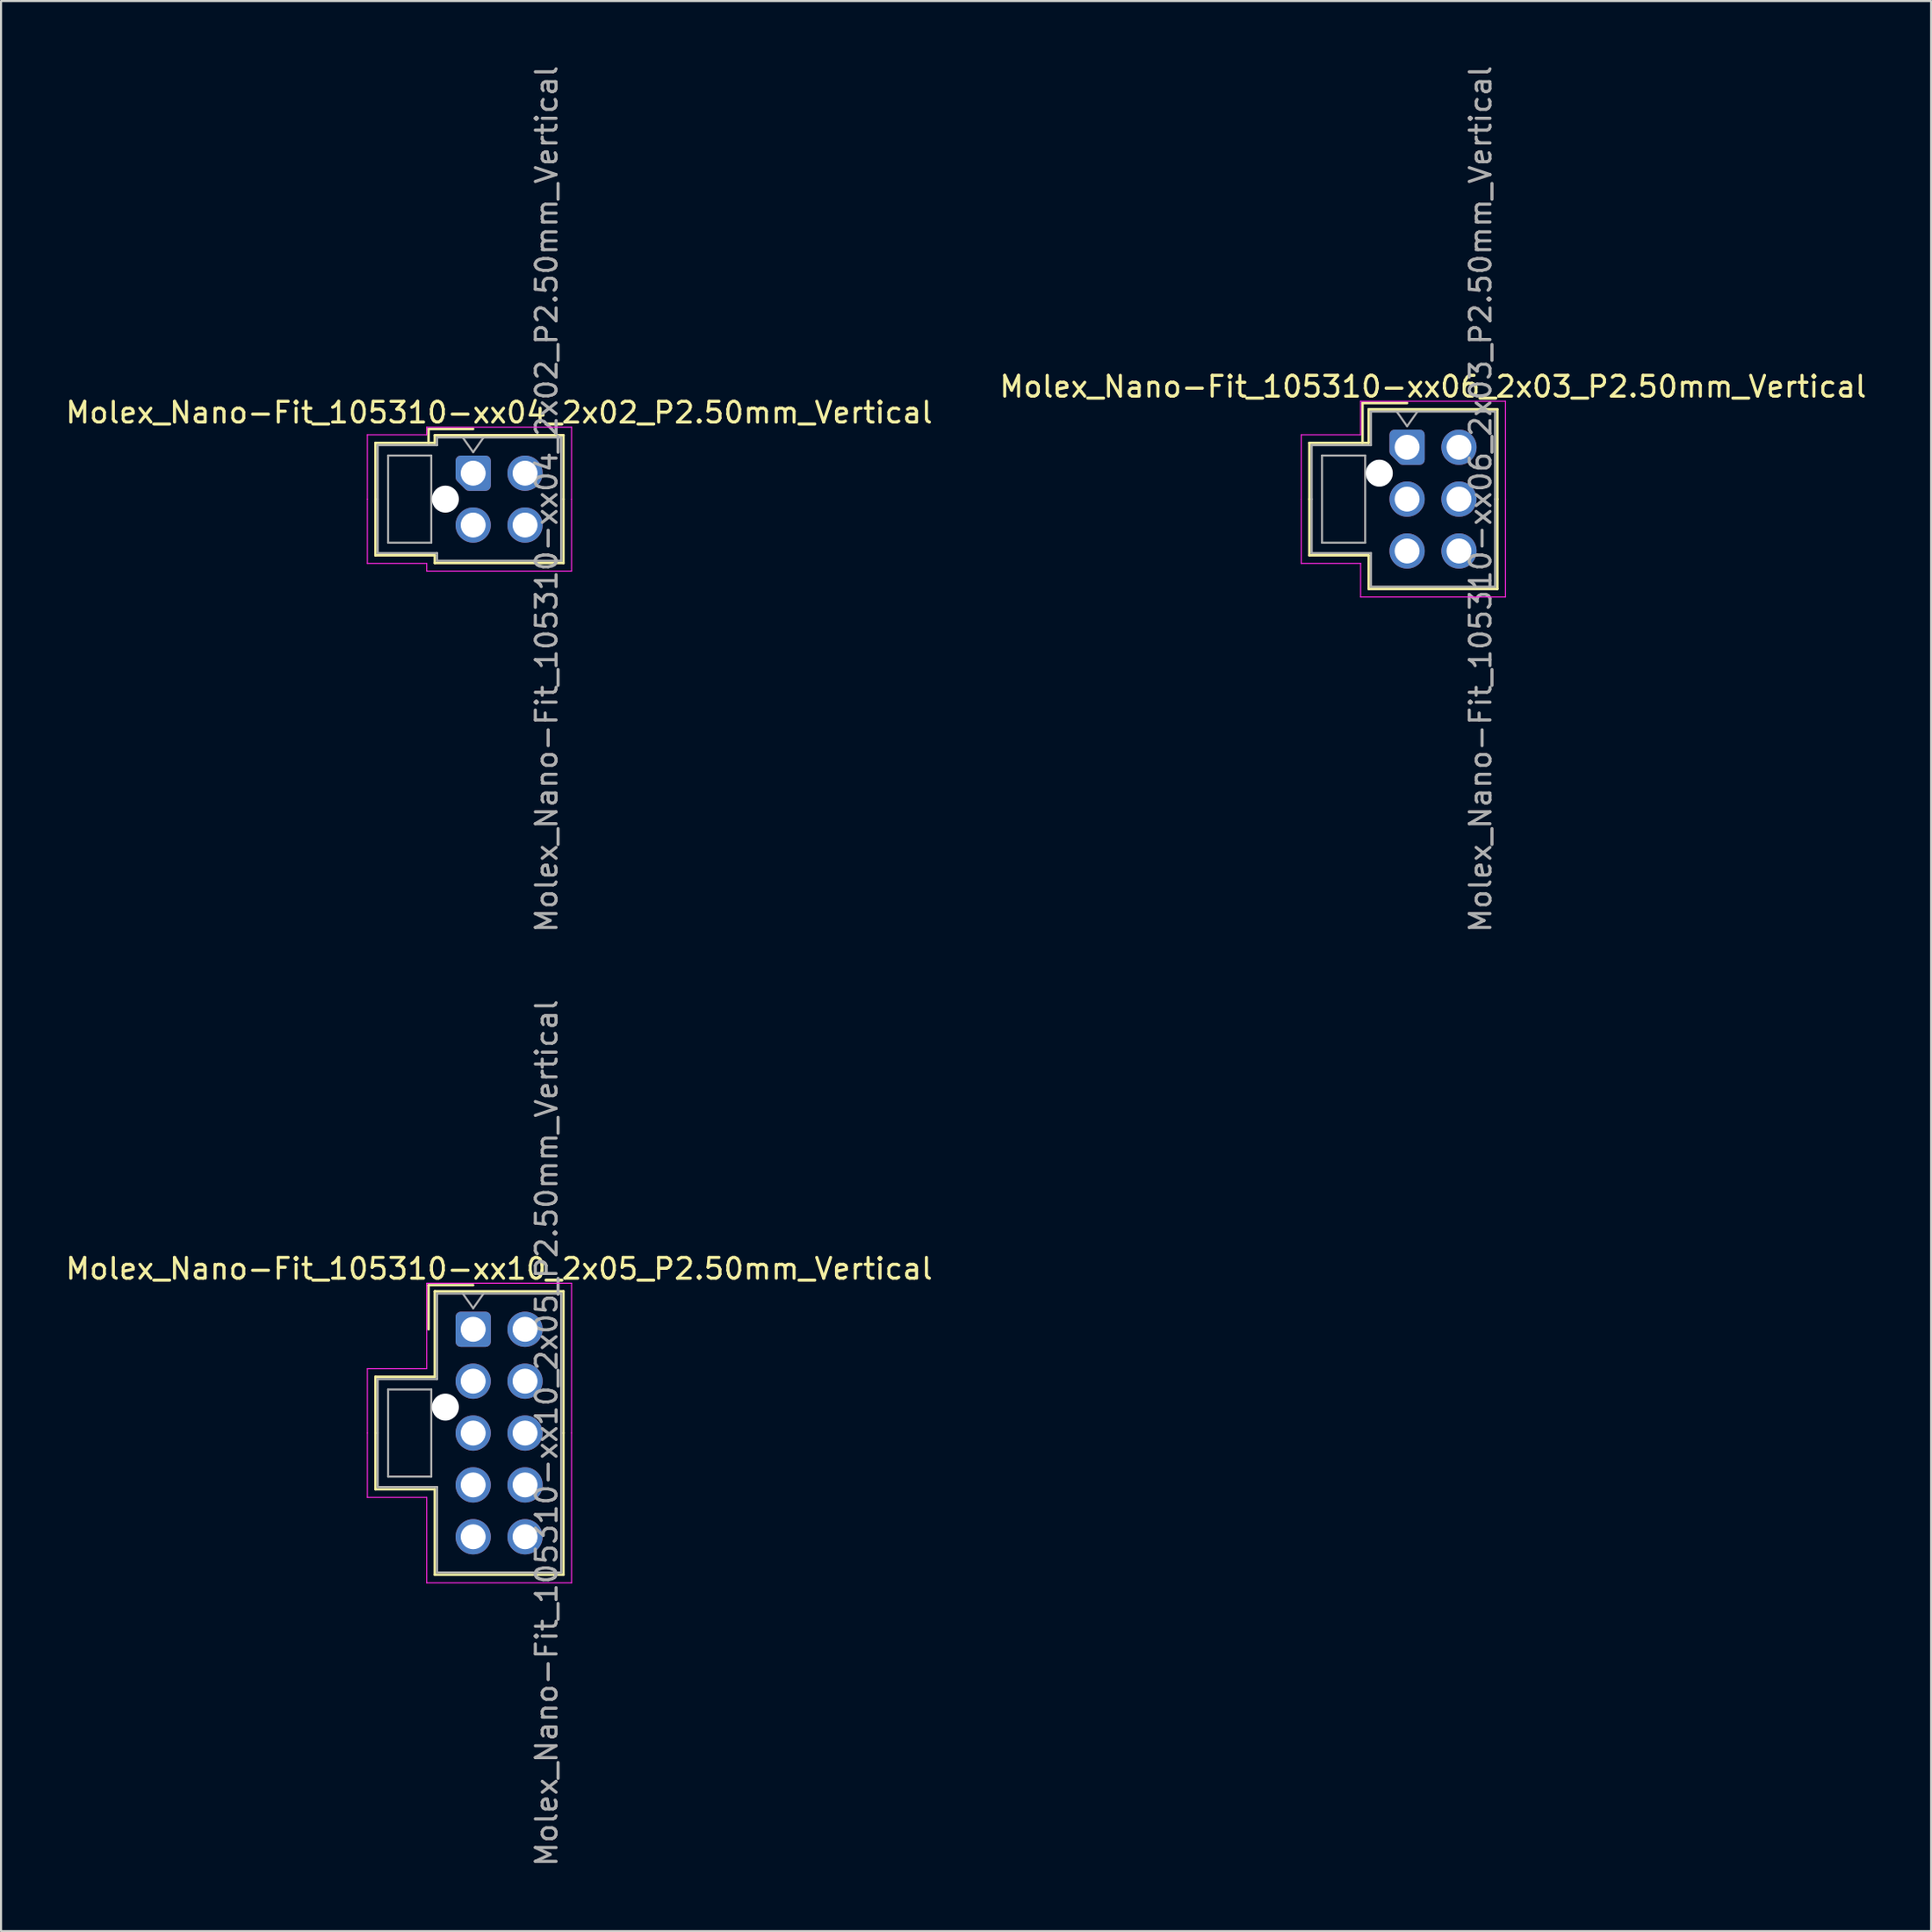
<source format=kicad_pcb>
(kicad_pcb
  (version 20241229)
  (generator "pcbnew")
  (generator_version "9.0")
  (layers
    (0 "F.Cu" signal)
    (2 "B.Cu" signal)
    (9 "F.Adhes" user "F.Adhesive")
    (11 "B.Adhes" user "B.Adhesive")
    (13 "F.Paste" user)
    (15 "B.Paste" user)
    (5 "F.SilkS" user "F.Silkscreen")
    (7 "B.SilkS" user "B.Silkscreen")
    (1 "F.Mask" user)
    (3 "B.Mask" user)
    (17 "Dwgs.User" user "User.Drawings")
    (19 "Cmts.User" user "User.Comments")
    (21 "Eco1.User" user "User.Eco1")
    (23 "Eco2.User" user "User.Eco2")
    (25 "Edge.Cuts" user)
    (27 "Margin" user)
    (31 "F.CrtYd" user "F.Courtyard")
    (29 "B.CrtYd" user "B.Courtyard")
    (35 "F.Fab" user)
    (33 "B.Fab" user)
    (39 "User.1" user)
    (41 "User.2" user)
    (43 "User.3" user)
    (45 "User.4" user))
  (footprint "Molex_Nano-Fit_105310-xx04_2x02_P2.50mm_Vertical"
    (layer "F.Cu")
    (at 19.756 19.756)
    (property "Reference" "Molex_Nano-Fit_105310-xx04_2x02_P2.50mm_Vertical" (at 1.25 -2.92 0) (layer "F.SilkS") (effects (font (size 1 1) (thickness 0.15))))
    (attr through_hole)
    (fp_line (start -4.71 -1.46) (end -4.71 1.25) (stroke (width 0.12) (type solid)) (layer "F.SilkS"))
    (fp_line (start -4.71 3.96) (end -4.71 1.25) (stroke (width 0.12) (type solid)) (layer "F.SilkS"))
    (fp_line (start -2.15 -2.13) (end -2.15 -1.46) (stroke (width 0.12) (type solid)) (layer "F.SilkS"))
    (fp_line (start -1.85 -1.83) (end -1.85 -1.46) (stroke (width 0.12) (type solid)) (layer "F.SilkS"))
    (fp_line (start -1.85 -1.46) (end -4.71 -1.46) (stroke (width 0.12) (type solid)) (layer "F.SilkS"))
    (fp_line (start -1.85 3.96) (end -4.71 3.96) (stroke (width 0.12) (type solid)) (layer "F.SilkS"))
    (fp_line (start -1.85 4.33) (end -1.85 3.96) (stroke (width 0.12) (type solid)) (layer "F.SilkS"))
    (fp_line (start 0 -2.13) (end -2.15 -2.13) (stroke (width 0.12) (type solid)) (layer "F.SilkS"))
    (fp_line (start 4.35 -1.83) (end -1.85 -1.83) (stroke (width 0.12) (type solid)) (layer "F.SilkS"))
    (fp_line (start 4.35 1.25) (end 4.35 -1.83) (stroke (width 0.12) (type solid)) (layer "F.SilkS"))
    (fp_line (start 4.35 1.25) (end 4.35 4.33) (stroke (width 0.12) (type solid)) (layer "F.SilkS"))
    (fp_line (start 4.35 4.33) (end -1.85 4.33) (stroke (width 0.12) (type solid)) (layer "F.SilkS"))
    (fp_line (start -5.1 -1.85) (end -5.1 1.25) (stroke (width 0.05) (type solid)) (layer "F.CrtYd"))
    (fp_line (start -5.1 4.35) (end -5.1 1.25) (stroke (width 0.05) (type solid)) (layer "F.CrtYd"))
    (fp_line (start -2.24 -2.22) (end -2.24 -1.85) (stroke (width 0.05) (type solid)) (layer "F.CrtYd"))
    (fp_line (start -2.24 -1.85) (end -5.1 -1.85) (stroke (width 0.05) (type solid)) (layer "F.CrtYd"))
    (fp_line (start -2.24 4.35) (end -5.1 4.35) (stroke (width 0.05) (type solid)) (layer "F.CrtYd"))
    (fp_line (start -2.24 4.72) (end -2.24 4.35) (stroke (width 0.05) (type solid)) (layer "F.CrtYd"))
    (fp_line (start 4.74 -2.22) (end -2.24 -2.22) (stroke (width 0.05) (type solid)) (layer "F.CrtYd"))
    (fp_line (start 4.74 1.25) (end 4.74 -2.22) (stroke (width 0.05) (type solid)) (layer "F.CrtYd"))
    (fp_line (start 4.74 1.25) (end 4.74 4.72) (stroke (width 0.05) (type solid)) (layer "F.CrtYd"))
    (fp_line (start 4.74 4.72) (end -2.24 4.72) (stroke (width 0.05) (type solid)) (layer "F.CrtYd"))
    (fp_line (start -4.6 -1.35) (end -4.6 1.25) (stroke (width 0.1) (type solid)) (layer "F.Fab"))
    (fp_line (start -4.6 3.85) (end -4.6 1.25) (stroke (width 0.1) (type solid)) (layer "F.Fab"))
    (fp_line (start -4.1 -0.85) (end -4.1 3.35) (stroke (width 0.1) (type solid)) (layer "F.Fab"))
    (fp_line (start -4.1 3.35) (end -2.02 3.35) (stroke (width 0.1) (type solid)) (layer "F.Fab"))
    (fp_line (start -2.02 -0.85) (end -4.1 -0.85) (stroke (width 0.1) (type solid)) (layer "F.Fab"))
    (fp_line (start -2.02 3.35) (end -2.02 -0.85) (stroke (width 0.1) (type solid)) (layer "F.Fab"))
    (fp_line (start -1.74 -1.72) (end -1.74 -1.35) (stroke (width 0.1) (type solid)) (layer "F.Fab"))
    (fp_line (start -1.74 -1.35) (end -4.6 -1.35) (stroke (width 0.1) (type solid)) (layer "F.Fab"))
    (fp_line (start -1.74 3.85) (end -4.6 3.85) (stroke (width 0.1) (type solid)) (layer "F.Fab"))
    (fp_line (start -1.74 4.22) (end -1.74 3.85) (stroke (width 0.1) (type solid)) (layer "F.Fab"))
    (fp_line (start -0.5 -1.72) (end 0 -1.013) (stroke (width 0.1) (type solid)) (layer "F.Fab"))
    (fp_line (start 0 -1.013) (end 0.5 -1.72) (stroke (width 0.1) (type solid)) (layer "F.Fab"))
    (fp_line (start 4.24 -1.72) (end -1.74 -1.72) (stroke (width 0.1) (type solid)) (layer "F.Fab"))
    (fp_line (start 4.24 1.25) (end 4.24 -1.72) (stroke (width 0.1) (type solid)) (layer "F.Fab"))
    (fp_line (start 4.24 1.25) (end 4.24 4.22) (stroke (width 0.1) (type solid)) (layer "F.Fab"))
    (fp_line (start 4.24 4.22) (end -1.74 4.22) (stroke (width 0.1) (type solid)) (layer "F.Fab"))
    (fp_text user "${REFERENCE}" (at 3.54 1.25 90) (layer "F.Fab") (effects (font (size 1 1) (thickness 0.15))))
    (pad "" np_thru_hole circle (at -1.34 1.25) (size 1.3 1.3) (drill 1.3) (layers "*.Cu" "*.Mask"))
    (pad "1" thru_hole custom (at 0 0) (size 1.417 1.417) (drill 1.2) (layers "*.Cu" "*.Mask") (options (anchor circle)) (primitives (gr_poly (pts (xy 0.6 0.6) (xy -0.2 0.6) (xy -0.6 0.2) (xy -0.6 -0.6) (xy 0.6 -0.6)) (width 0.5) (fill yes))))
    (pad "2" thru_hole circle (at 0 2.5) (size 1.7 1.7) (drill 1.2) (layers "*.Cu" "*.Mask"))
    (pad "3" thru_hole circle (at 2.5 0) (size 1.7 1.7) (drill 1.2) (layers "*.Cu" "*.Mask"))
    (pad "4" thru_hole circle (at 2.5 2.5) (size 1.7 1.7) (drill 1.2) (layers "*.Cu" "*.Mask")))
  (footprint "Molex_Nano-Fit_105310-xx10_2x05_P2.50mm_Vertical"
    (layer "F.Cu")
    (at 19.756 61.018)
    (property "Reference" "Molex_Nano-Fit_105310-xx10_2x05_P2.50mm_Vertical" (at 1.25 -2.92 0) (layer "F.SilkS") (effects (font (size 1 1) (thickness 0.15))))
    (attr through_hole)
    (fp_line (start -4.71 2.29) (end -4.71 5) (stroke (width 0.12) (type solid)) (layer "F.SilkS"))
    (fp_line (start -4.71 7.71) (end -4.71 5) (stroke (width 0.12) (type solid)) (layer "F.SilkS"))
    (fp_line (start -2.15 -2.13) (end -2.15 0) (stroke (width 0.12) (type solid)) (layer "F.SilkS"))
    (fp_line (start -1.85 -1.83) (end -1.85 2.29) (stroke (width 0.12) (type solid)) (layer "F.SilkS"))
    (fp_line (start -1.85 2.29) (end -4.71 2.29) (stroke (width 0.12) (type solid)) (layer "F.SilkS"))
    (fp_line (start -1.85 7.71) (end -4.71 7.71) (stroke (width 0.12) (type solid)) (layer "F.SilkS"))
    (fp_line (start -1.85 11.83) (end -1.85 7.71) (stroke (width 0.12) (type solid)) (layer "F.SilkS"))
    (fp_line (start 0 -2.13) (end -2.15 -2.13) (stroke (width 0.12) (type solid)) (layer "F.SilkS"))
    (fp_line (start 4.35 -1.83) (end -1.85 -1.83) (stroke (width 0.12) (type solid)) (layer "F.SilkS"))
    (fp_line (start 4.35 5) (end 4.35 -1.83) (stroke (width 0.12) (type solid)) (layer "F.SilkS"))
    (fp_line (start 4.35 5) (end 4.35 11.83) (stroke (width 0.12) (type solid)) (layer "F.SilkS"))
    (fp_line (start 4.35 11.83) (end -1.85 11.83) (stroke (width 0.12) (type solid)) (layer "F.SilkS"))
    (fp_line (start -5.1 1.9) (end -5.1 5) (stroke (width 0.05) (type solid)) (layer "F.CrtYd"))
    (fp_line (start -5.1 8.1) (end -5.1 5) (stroke (width 0.05) (type solid)) (layer "F.CrtYd"))
    (fp_line (start -2.24 -2.22) (end -2.24 1.9) (stroke (width 0.05) (type solid)) (layer "F.CrtYd"))
    (fp_line (start -2.24 1.9) (end -5.1 1.9) (stroke (width 0.05) (type solid)) (layer "F.CrtYd"))
    (fp_line (start -2.24 8.1) (end -5.1 8.1) (stroke (width 0.05) (type solid)) (layer "F.CrtYd"))
    (fp_line (start -2.24 12.22) (end -2.24 8.1) (stroke (width 0.05) (type solid)) (layer "F.CrtYd"))
    (fp_line (start 4.74 -2.22) (end -2.24 -2.22) (stroke (width 0.05) (type solid)) (layer "F.CrtYd"))
    (fp_line (start 4.74 5) (end 4.74 -2.22) (stroke (width 0.05) (type solid)) (layer "F.CrtYd"))
    (fp_line (start 4.74 5) (end 4.74 12.22) (stroke (width 0.05) (type solid)) (layer "F.CrtYd"))
    (fp_line (start 4.74 12.22) (end -2.24 12.22) (stroke (width 0.05) (type solid)) (layer "F.CrtYd"))
    (fp_line (start -4.6 2.4) (end -4.6 5) (stroke (width 0.1) (type solid)) (layer "F.Fab"))
    (fp_line (start -4.6 7.6) (end -4.6 5) (stroke (width 0.1) (type solid)) (layer "F.Fab"))
    (fp_line (start -4.1 2.9) (end -4.1 7.1) (stroke (width 0.1) (type solid)) (layer "F.Fab"))
    (fp_line (start -4.1 7.1) (end -2.02 7.1) (stroke (width 0.1) (type solid)) (layer "F.Fab"))
    (fp_line (start -2.02 2.9) (end -4.1 2.9) (stroke (width 0.1) (type solid)) (layer "F.Fab"))
    (fp_line (start -2.02 7.1) (end -2.02 2.9) (stroke (width 0.1) (type solid)) (layer "F.Fab"))
    (fp_line (start -1.74 -1.72) (end -1.74 2.4) (stroke (width 0.1) (type solid)) (layer "F.Fab"))
    (fp_line (start -1.74 2.4) (end -4.6 2.4) (stroke (width 0.1) (type solid)) (layer "F.Fab"))
    (fp_line (start -1.74 7.6) (end -4.6 7.6) (stroke (width 0.1) (type solid)) (layer "F.Fab"))
    (fp_line (start -1.74 11.72) (end -1.74 7.6) (stroke (width 0.1) (type solid)) (layer "F.Fab"))
    (fp_line (start -0.5 -1.72) (end 0 -1.013) (stroke (width 0.1) (type solid)) (layer "F.Fab"))
    (fp_line (start 0 -1.013) (end 0.5 -1.72) (stroke (width 0.1) (type solid)) (layer "F.Fab"))
    (fp_line (start 4.24 -1.72) (end -1.74 -1.72) (stroke (width 0.1) (type solid)) (layer "F.Fab"))
    (fp_line (start 4.24 5) (end 4.24 -1.72) (stroke (width 0.1) (type solid)) (layer "F.Fab"))
    (fp_line (start 4.24 5) (end 4.24 11.72) (stroke (width 0.1) (type solid)) (layer "F.Fab"))
    (fp_line (start 4.24 11.72) (end -1.74 11.72) (stroke (width 0.1) (type solid)) (layer "F.Fab"))
    (fp_text user "${REFERENCE}" (at 3.54 5 90) (layer "F.Fab") (effects (font (size 1 1) (thickness 0.15))))
    (pad "" np_thru_hole circle (at -1.34 3.75) (size 1.3 1.3) (drill 1.3) (layers "*.Cu" "*.Mask"))
    (pad "1" thru_hole roundrect (at 0 0) (size 1.7 1.7) (drill 1.2) (layers "*.Cu" "*.Mask") (roundrect_rratio 0.147))
    (pad "2" thru_hole circle (at 0 2.5) (size 1.7 1.7) (drill 1.2) (layers "*.Cu" "*.Mask"))
    (pad "3" thru_hole circle (at 0 5) (size 1.7 1.7) (drill 1.2) (layers "*.Cu" "*.Mask"))
    (pad "4" thru_hole circle (at 0 7.5) (size 1.7 1.7) (drill 1.2) (layers "*.Cu" "*.Mask"))
    (pad "5" thru_hole circle (at 0 10) (size 1.7 1.7) (drill 1.2) (layers "*.Cu" "*.Mask"))
    (pad "6" thru_hole circle (at 2.5 0) (size 1.7 1.7) (drill 1.2) (layers "*.Cu" "*.Mask"))
    (pad "7" thru_hole circle (at 2.5 2.5) (size 1.7 1.7) (drill 1.2) (layers "*.Cu" "*.Mask"))
    (pad "8" thru_hole circle (at 2.5 5) (size 1.7 1.7) (drill 1.2) (layers "*.Cu" "*.Mask"))
    (pad "9" thru_hole circle (at 2.5 7.5) (size 1.7 1.7) (drill 1.2) (layers "*.Cu" "*.Mask"))
    (pad "10" thru_hole circle (at 2.5 10) (size 1.7 1.7) (drill 1.2) (layers "*.Cu" "*.Mask")))
  (footprint "Molex_Nano-Fit_105310-xx06_2x03_P2.50mm_Vertical"
    (layer "F.Cu")
    (at 64.768 18.506)
    (property "Reference" "Molex_Nano-Fit_105310-xx06_2x03_P2.50mm_Vertical" (at 1.25 -2.92 0) (layer "F.SilkS") (effects (font (size 1 1) (thickness 0.15))))
    (attr through_hole)
    (fp_line (start -4.71 -0.21) (end -4.71 2.5) (stroke (width 0.12) (type solid)) (layer "F.SilkS"))
    (fp_line (start -4.71 5.21) (end -4.71 2.5) (stroke (width 0.12) (type solid)) (layer "F.SilkS"))
    (fp_line (start -2.15 -2.13) (end -2.15 -0.21) (stroke (width 0.12) (type solid)) (layer "F.SilkS"))
    (fp_line (start -1.85 -1.83) (end -1.85 -0.21) (stroke (width 0.12) (type solid)) (layer "F.SilkS"))
    (fp_line (start -1.85 -0.21) (end -4.71 -0.21) (stroke (width 0.12) (type solid)) (layer "F.SilkS"))
    (fp_line (start -1.85 5.21) (end -4.71 5.21) (stroke (width 0.12) (type solid)) (layer "F.SilkS"))
    (fp_line (start -1.85 6.83) (end -1.85 5.21) (stroke (width 0.12) (type solid)) (layer "F.SilkS"))
    (fp_line (start 0 -2.13) (end -2.15 -2.13) (stroke (width 0.12) (type solid)) (layer "F.SilkS"))
    (fp_line (start 4.35 -1.83) (end -1.85 -1.83) (stroke (width 0.12) (type solid)) (layer "F.SilkS"))
    (fp_line (start 4.35 2.5) (end 4.35 -1.83) (stroke (width 0.12) (type solid)) (layer "F.SilkS"))
    (fp_line (start 4.35 2.5) (end 4.35 6.83) (stroke (width 0.12) (type solid)) (layer "F.SilkS"))
    (fp_line (start 4.35 6.83) (end -1.85 6.83) (stroke (width 0.12) (type solid)) (layer "F.SilkS"))
    (fp_line (start -5.1 -0.6) (end -5.1 2.5) (stroke (width 0.05) (type solid)) (layer "F.CrtYd"))
    (fp_line (start -5.1 5.6) (end -5.1 2.5) (stroke (width 0.05) (type solid)) (layer "F.CrtYd"))
    (fp_line (start -2.24 -2.22) (end -2.24 -0.6) (stroke (width 0.05) (type solid)) (layer "F.CrtYd"))
    (fp_line (start -2.24 -0.6) (end -5.1 -0.6) (stroke (width 0.05) (type solid)) (layer "F.CrtYd"))
    (fp_line (start -2.24 5.6) (end -5.1 5.6) (stroke (width 0.05) (type solid)) (layer "F.CrtYd"))
    (fp_line (start -2.24 7.22) (end -2.24 5.6) (stroke (width 0.05) (type solid)) (layer "F.CrtYd"))
    (fp_line (start 4.74 -2.22) (end -2.24 -2.22) (stroke (width 0.05) (type solid)) (layer "F.CrtYd"))
    (fp_line (start 4.74 2.5) (end 4.74 -2.22) (stroke (width 0.05) (type solid)) (layer "F.CrtYd"))
    (fp_line (start 4.74 2.5) (end 4.74 7.22) (stroke (width 0.05) (type solid)) (layer "F.CrtYd"))
    (fp_line (start 4.74 7.22) (end -2.24 7.22) (stroke (width 0.05) (type solid)) (layer "F.CrtYd"))
    (fp_line (start -4.6 -0.1) (end -4.6 2.5) (stroke (width 0.1) (type solid)) (layer "F.Fab"))
    (fp_line (start -4.6 5.1) (end -4.6 2.5) (stroke (width 0.1) (type solid)) (layer "F.Fab"))
    (fp_line (start -4.1 0.4) (end -4.1 4.6) (stroke (width 0.1) (type solid)) (layer "F.Fab"))
    (fp_line (start -4.1 4.6) (end -2.02 4.6) (stroke (width 0.1) (type solid)) (layer "F.Fab"))
    (fp_line (start -2.02 0.4) (end -4.1 0.4) (stroke (width 0.1) (type solid)) (layer "F.Fab"))
    (fp_line (start -2.02 4.6) (end -2.02 0.4) (stroke (width 0.1) (type solid)) (layer "F.Fab"))
    (fp_line (start -1.74 -1.72) (end -1.74 -0.1) (stroke (width 0.1) (type solid)) (layer "F.Fab"))
    (fp_line (start -1.74 -0.1) (end -4.6 -0.1) (stroke (width 0.1) (type solid)) (layer "F.Fab"))
    (fp_line (start -1.74 5.1) (end -4.6 5.1) (stroke (width 0.1) (type solid)) (layer "F.Fab"))
    (fp_line (start -1.74 6.72) (end -1.74 5.1) (stroke (width 0.1) (type solid)) (layer "F.Fab"))
    (fp_line (start -0.5 -1.72) (end 0 -1.013) (stroke (width 0.1) (type solid)) (layer "F.Fab"))
    (fp_line (start 0 -1.013) (end 0.5 -1.72) (stroke (width 0.1) (type solid)) (layer "F.Fab"))
    (fp_line (start 4.24 -1.72) (end -1.74 -1.72) (stroke (width 0.1) (type solid)) (layer "F.Fab"))
    (fp_line (start 4.24 2.5) (end 4.24 -1.72) (stroke (width 0.1) (type solid)) (layer "F.Fab"))
    (fp_line (start 4.24 2.5) (end 4.24 6.72) (stroke (width 0.1) (type solid)) (layer "F.Fab"))
    (fp_line (start 4.24 6.72) (end -1.74 6.72) (stroke (width 0.1) (type solid)) (layer "F.Fab"))
    (fp_text user "${REFERENCE}" (at 3.54 2.5 90) (layer "F.Fab") (effects (font (size 1 1) (thickness 0.15))))
    (pad "" np_thru_hole circle (at -1.34 1.25) (size 1.3 1.3) (drill 1.3) (layers "*.Cu" "*.Mask"))
    (pad "1" thru_hole custom (at 0 0) (size 1.417 1.417) (drill 1.2) (layers "*.Cu" "*.Mask") (options (anchor circle)) (primitives (gr_poly (pts (xy 0.6 0.6) (xy -0.2 0.6) (xy -0.6 0.2) (xy -0.6 -0.6) (xy 0.6 -0.6)) (width 0.5) (fill yes))))
    (pad "2" thru_hole circle (at 0 2.5) (size 1.7 1.7) (drill 1.2) (layers "*.Cu" "*.Mask"))
    (pad "3" thru_hole circle (at 0 5) (size 1.7 1.7) (drill 1.2) (layers "*.Cu" "*.Mask"))
    (pad "4" thru_hole circle (at 2.5 0) (size 1.7 1.7) (drill 1.2) (layers "*.Cu" "*.Mask"))
    (pad "5" thru_hole circle (at 2.5 2.5) (size 1.7 1.7) (drill 1.2) (layers "*.Cu" "*.Mask"))
    (pad "6" thru_hole circle (at 2.5 5) (size 1.7 1.7) (drill 1.2) (layers "*.Cu" "*.Mask")))
  (gr_rect
    (start -3 -3)
    (end 90.024 90.024)
    (stroke (width 0.1) (type default))
    (fill no)
    (layer "Edge.Cuts")))
</source>
